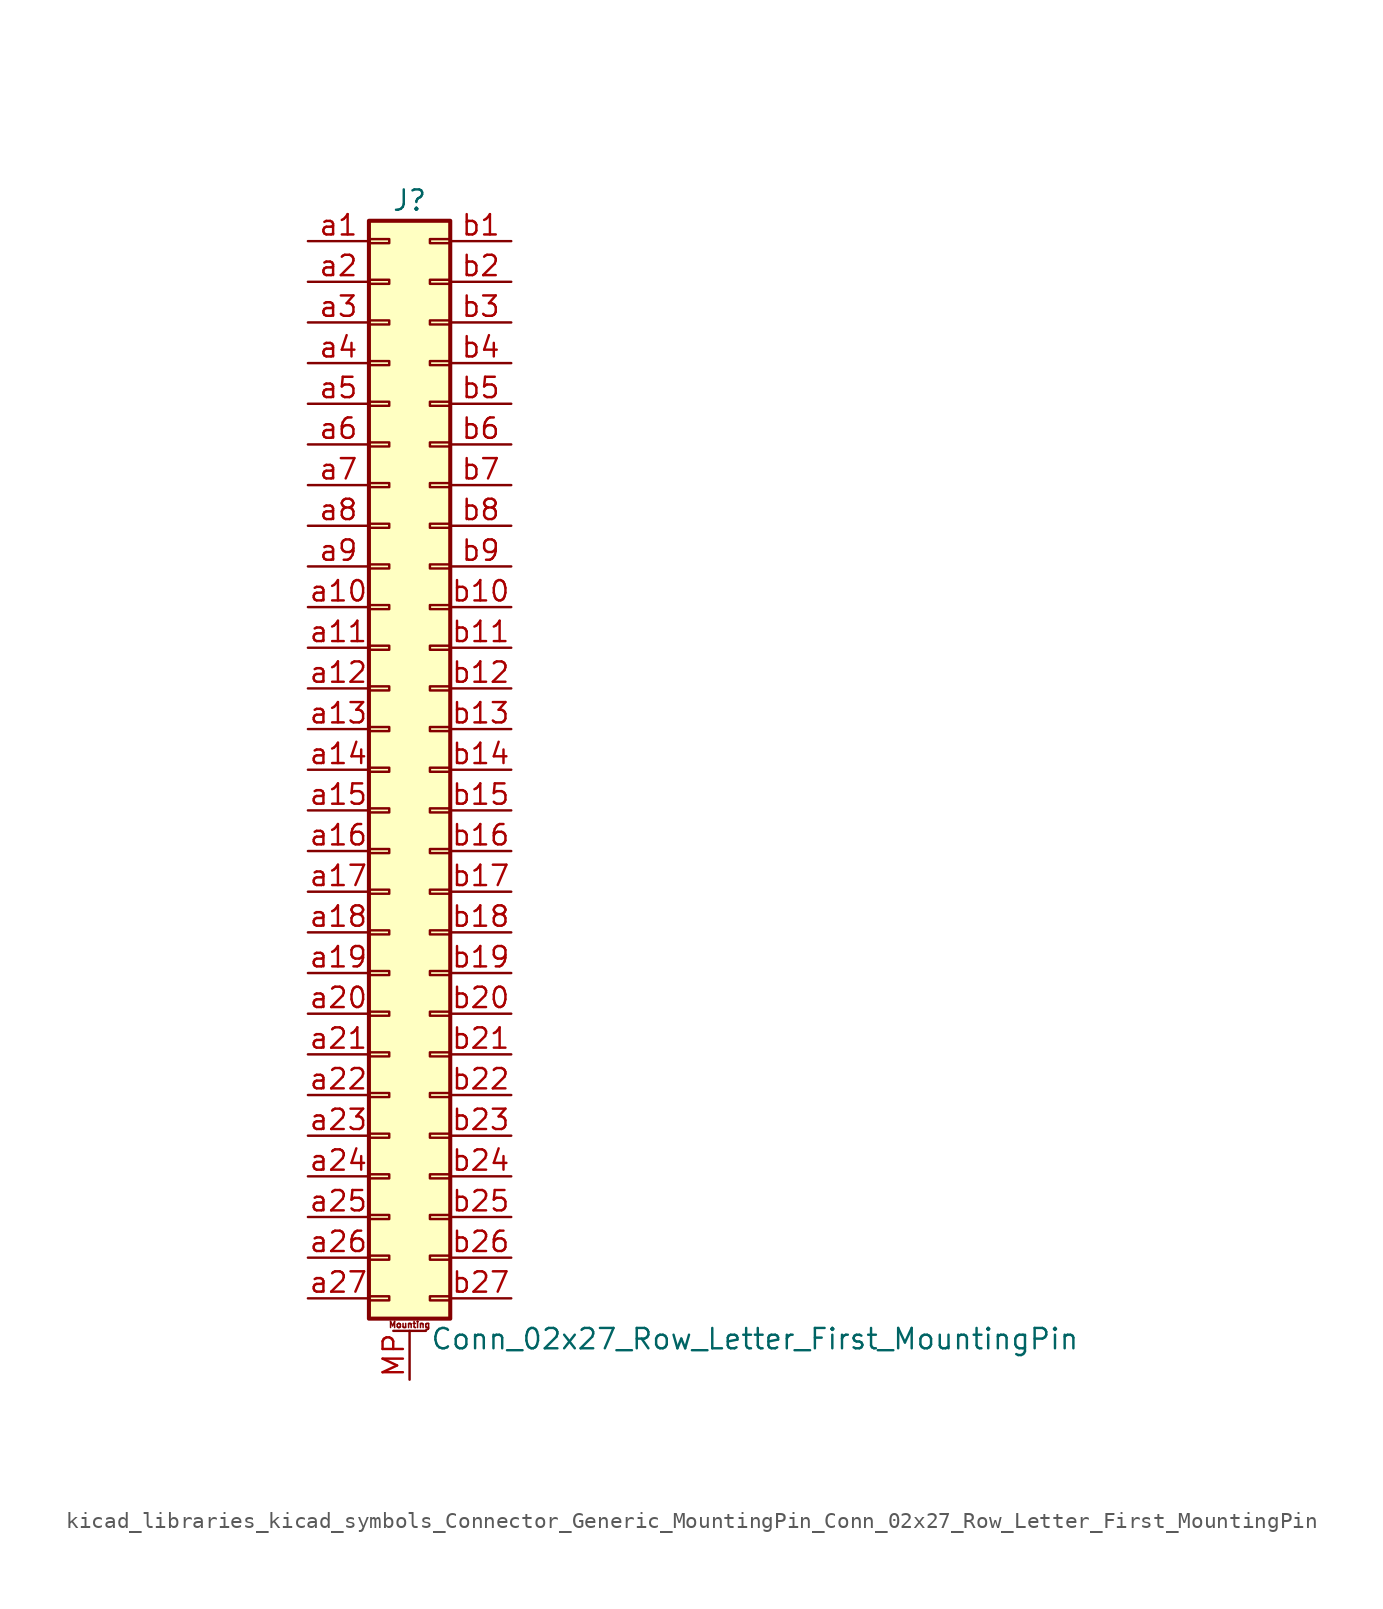
<source format=kicad_sym>
(kicad_symbol_lib
  (version 20220914)
  (generator kicad_symbol_editor)
  (symbol "kicad_libraries_kicad_symbols_Connector_Generic_MountingPin_Conn_02x27_Row_Letter_First_MountingPin"
    (pin_names
      (offset 1.016) hide)
    (property "Reference" "J"
      (at 1.27 35.56 0)
      (effects (font (size 1.27 1.27))))
    (property "Value" "Conn_02x27_Row_Letter_First_MountingPin"
      (at 2.54 -35.56 0)
      (effects (font (size 1.27 1.27)) (justify left)))
    (symbol "kicad_libraries_kicad_symbols_Connector_Generic_MountingPin_Conn_02x27_Row_Letter_First_MountingPin_1_1"
      (rectangle (start -1.27 -32.893) (end 0 -33.147) (stroke (width 0.152) (type default)) (fill (type none)))
      (rectangle (start -1.27 -30.353) (end 0 -30.607) (stroke (width 0.152) (type default)) (fill (type none)))
      (rectangle (start -1.27 -27.813) (end 0 -28.067) (stroke (width 0.152) (type default)) (fill (type none)))
      (rectangle (start -1.27 -25.273) (end 0 -25.527) (stroke (width 0.152) (type default)) (fill (type none)))
      (rectangle (start -1.27 -22.733) (end 0 -22.987) (stroke (width 0.152) (type default)) (fill (type none)))
      (rectangle (start -1.27 -20.193) (end 0 -20.447) (stroke (width 0.152) (type default)) (fill (type none)))
      (rectangle (start -1.27 -17.653) (end 0 -17.907) (stroke (width 0.152) (type default)) (fill (type none)))
      (rectangle (start -1.27 -15.113) (end 0 -15.367) (stroke (width 0.152) (type default)) (fill (type none)))
      (rectangle (start -1.27 -12.573) (end 0 -12.827) (stroke (width 0.152) (type default)) (fill (type none)))
      (rectangle (start -1.27 -10.033) (end 0 -10.287) (stroke (width 0.152) (type default)) (fill (type none)))
      (rectangle (start -1.27 -7.493) (end 0 -7.747) (stroke (width 0.152) (type default)) (fill (type none)))
      (rectangle (start -1.27 -4.953) (end 0 -5.207) (stroke (width 0.152) (type default)) (fill (type none)))
      (rectangle (start -1.27 -2.413) (end 0 -2.667) (stroke (width 0.152) (type default)) (fill (type none)))
      (rectangle (start -1.27 0.127) (end 0 -0.127) (stroke (width 0.152) (type default)) (fill (type none)))
      (rectangle (start -1.27 2.667) (end 0 2.413) (stroke (width 0.152) (type default)) (fill (type none)))
      (rectangle (start -1.27 5.207) (end 0 4.953) (stroke (width 0.152) (type default)) (fill (type none)))
      (rectangle (start -1.27 7.747) (end 0 7.493) (stroke (width 0.152) (type default)) (fill (type none)))
      (rectangle (start -1.27 10.287) (end 0 10.033) (stroke (width 0.152) (type default)) (fill (type none)))
      (rectangle (start -1.27 12.827) (end 0 12.573) (stroke (width 0.152) (type default)) (fill (type none)))
      (rectangle (start -1.27 15.367) (end 0 15.113) (stroke (width 0.152) (type default)) (fill (type none)))
      (rectangle (start -1.27 17.907) (end 0 17.653) (stroke (width 0.152) (type default)) (fill (type none)))
      (rectangle (start -1.27 20.447) (end 0 20.193) (stroke (width 0.152) (type default)) (fill (type none)))
      (rectangle (start -1.27 22.987) (end 0 22.733) (stroke (width 0.152) (type default)) (fill (type none)))
      (rectangle (start -1.27 25.527) (end 0 25.273) (stroke (width 0.152) (type default)) (fill (type none)))
      (rectangle (start -1.27 28.067) (end 0 27.813) (stroke (width 0.152) (type default)) (fill (type none)))
      (rectangle (start -1.27 30.607) (end 0 30.353) (stroke (width 0.152) (type default)) (fill (type none)))
      (rectangle (start -1.27 33.147) (end 0 32.893) (stroke (width 0.152) (type default)) (fill (type none)))
      (rectangle (start -1.27 34.29) (end 3.81 -34.29) (stroke (width 0.254) (type default)) (fill (type background)))
      (polyline (pts (xy 0.254 -35.052) (xy 2.286 -35.052)) (stroke (width 0.152) (type default)) (fill (type none)))
      (rectangle (start 3.81 -32.893) (end 2.54 -33.147) (stroke (width 0.152) (type default)) (fill (type none)))
      (rectangle (start 3.81 -30.353) (end 2.54 -30.607) (stroke (width 0.152) (type default)) (fill (type none)))
      (rectangle (start 3.81 -27.813) (end 2.54 -28.067) (stroke (width 0.152) (type default)) (fill (type none)))
      (rectangle (start 3.81 -25.273) (end 2.54 -25.527) (stroke (width 0.152) (type default)) (fill (type none)))
      (rectangle (start 3.81 -22.733) (end 2.54 -22.987) (stroke (width 0.152) (type default)) (fill (type none)))
      (rectangle (start 3.81 -20.193) (end 2.54 -20.447) (stroke (width 0.152) (type default)) (fill (type none)))
      (rectangle (start 3.81 -17.653) (end 2.54 -17.907) (stroke (width 0.152) (type default)) (fill (type none)))
      (rectangle (start 3.81 -15.113) (end 2.54 -15.367) (stroke (width 0.152) (type default)) (fill (type none)))
      (rectangle (start 3.81 -12.573) (end 2.54 -12.827) (stroke (width 0.152) (type default)) (fill (type none)))
      (rectangle (start 3.81 -10.033) (end 2.54 -10.287) (stroke (width 0.152) (type default)) (fill (type none)))
      (rectangle (start 3.81 -7.493) (end 2.54 -7.747) (stroke (width 0.152) (type default)) (fill (type none)))
      (rectangle (start 3.81 -4.953) (end 2.54 -5.207) (stroke (width 0.152) (type default)) (fill (type none)))
      (rectangle (start 3.81 -2.413) (end 2.54 -2.667) (stroke (width 0.152) (type default)) (fill (type none)))
      (rectangle (start 3.81 0.127) (end 2.54 -0.127) (stroke (width 0.152) (type default)) (fill (type none)))
      (rectangle (start 3.81 2.667) (end 2.54 2.413) (stroke (width 0.152) (type default)) (fill (type none)))
      (rectangle (start 3.81 5.207) (end 2.54 4.953) (stroke (width 0.152) (type default)) (fill (type none)))
      (rectangle (start 3.81 7.747) (end 2.54 7.493) (stroke (width 0.152) (type default)) (fill (type none)))
      (rectangle (start 3.81 10.287) (end 2.54 10.033) (stroke (width 0.152) (type default)) (fill (type none)))
      (rectangle (start 3.81 12.827) (end 2.54 12.573) (stroke (width 0.152) (type default)) (fill (type none)))
      (rectangle (start 3.81 15.367) (end 2.54 15.113) (stroke (width 0.152) (type default)) (fill (type none)))
      (rectangle (start 3.81 17.907) (end 2.54 17.653) (stroke (width 0.152) (type default)) (fill (type none)))
      (rectangle (start 3.81 20.447) (end 2.54 20.193) (stroke (width 0.152) (type default)) (fill (type none)))
      (rectangle (start 3.81 22.987) (end 2.54 22.733) (stroke (width 0.152) (type default)) (fill (type none)))
      (rectangle (start 3.81 25.527) (end 2.54 25.273) (stroke (width 0.152) (type default)) (fill (type none)))
      (rectangle (start 3.81 28.067) (end 2.54 27.813) (stroke (width 0.152) (type default)) (fill (type none)))
      (rectangle (start 3.81 30.607) (end 2.54 30.353) (stroke (width 0.152) (type default)) (fill (type none)))
      (rectangle (start 3.81 33.147) (end 2.54 32.893) (stroke (width 0.152) (type default)) (fill (type none)))
      (text "Mounting" (at 1.27 -34.671 0) (effects (font (size 0.381 0.381))))
      (pin passive line (at 1.27 -38.1 90) (length 3.048) (name "MountPin" (effects (font (size 1.27 1.27)))) (number "MP" (effects (font (size 1.27 1.27)))))
      (pin passive line (at -5.08 33.02 0) (length 3.81) (name "Pin_a1" (effects (font (size 1.27 1.27)))) (number "a1" (effects (font (size 1.27 1.27)))))
      (pin passive line (at -5.08 10.16 0) (length 3.81) (name "Pin_a10" (effects (font (size 1.27 1.27)))) (number "a10" (effects (font (size 1.27 1.27)))))
      (pin passive line (at -5.08 7.62 0) (length 3.81) (name "Pin_a11" (effects (font (size 1.27 1.27)))) (number "a11" (effects (font (size 1.27 1.27)))))
      (pin passive line (at -5.08 5.08 0) (length 3.81) (name "Pin_a12" (effects (font (size 1.27 1.27)))) (number "a12" (effects (font (size 1.27 1.27)))))
      (pin passive line (at -5.08 2.54 0) (length 3.81) (name "Pin_a13" (effects (font (size 1.27 1.27)))) (number "a13" (effects (font (size 1.27 1.27)))))
      (pin passive line (at -5.08 0 0) (length 3.81) (name "Pin_a14" (effects (font (size 1.27 1.27)))) (number "a14" (effects (font (size 1.27 1.27)))))
      (pin passive line (at -5.08 -2.54 0) (length 3.81) (name "Pin_a15" (effects (font (size 1.27 1.27)))) (number "a15" (effects (font (size 1.27 1.27)))))
      (pin passive line (at -5.08 -5.08 0) (length 3.81) (name "Pin_a16" (effects (font (size 1.27 1.27)))) (number "a16" (effects (font (size 1.27 1.27)))))
      (pin passive line (at -5.08 -7.62 0) (length 3.81) (name "Pin_a17" (effects (font (size 1.27 1.27)))) (number "a17" (effects (font (size 1.27 1.27)))))
      (pin passive line (at -5.08 -10.16 0) (length 3.81) (name "Pin_a18" (effects (font (size 1.27 1.27)))) (number "a18" (effects (font (size 1.27 1.27)))))
      (pin passive line (at -5.08 -12.7 0) (length 3.81) (name "Pin_a19" (effects (font (size 1.27 1.27)))) (number "a19" (effects (font (size 1.27 1.27)))))
      (pin passive line (at -5.08 30.48 0) (length 3.81) (name "Pin_a2" (effects (font (size 1.27 1.27)))) (number "a2" (effects (font (size 1.27 1.27)))))
      (pin passive line (at -5.08 -15.24 0) (length 3.81) (name "Pin_a20" (effects (font (size 1.27 1.27)))) (number "a20" (effects (font (size 1.27 1.27)))))
      (pin passive line (at -5.08 -17.78 0) (length 3.81) (name "Pin_a21" (effects (font (size 1.27 1.27)))) (number "a21" (effects (font (size 1.27 1.27)))))
      (pin passive line (at -5.08 -20.32 0) (length 3.81) (name "Pin_a22" (effects (font (size 1.27 1.27)))) (number "a22" (effects (font (size 1.27 1.27)))))
      (pin passive line (at -5.08 -22.86 0) (length 3.81) (name "Pin_a23" (effects (font (size 1.27 1.27)))) (number "a23" (effects (font (size 1.27 1.27)))))
      (pin passive line (at -5.08 -25.4 0) (length 3.81) (name "Pin_a24" (effects (font (size 1.27 1.27)))) (number "a24" (effects (font (size 1.27 1.27)))))
      (pin passive line (at -5.08 -27.94 0) (length 3.81) (name "Pin_a25" (effects (font (size 1.27 1.27)))) (number "a25" (effects (font (size 1.27 1.27)))))
      (pin passive line (at -5.08 -30.48 0) (length 3.81) (name "Pin_a26" (effects (font (size 1.27 1.27)))) (number "a26" (effects (font (size 1.27 1.27)))))
      (pin passive line (at -5.08 -33.02 0) (length 3.81) (name "Pin_a27" (effects (font (size 1.27 1.27)))) (number "a27" (effects (font (size 1.27 1.27)))))
      (pin passive line (at -5.08 27.94 0) (length 3.81) (name "Pin_a3" (effects (font (size 1.27 1.27)))) (number "a3" (effects (font (size 1.27 1.27)))))
      (pin passive line (at -5.08 25.4 0) (length 3.81) (name "Pin_a4" (effects (font (size 1.27 1.27)))) (number "a4" (effects (font (size 1.27 1.27)))))
      (pin passive line (at -5.08 22.86 0) (length 3.81) (name "Pin_a5" (effects (font (size 1.27 1.27)))) (number "a5" (effects (font (size 1.27 1.27)))))
      (pin passive line (at -5.08 20.32 0) (length 3.81) (name "Pin_a6" (effects (font (size 1.27 1.27)))) (number "a6" (effects (font (size 1.27 1.27)))))
      (pin passive line (at -5.08 17.78 0) (length 3.81) (name "Pin_a7" (effects (font (size 1.27 1.27)))) (number "a7" (effects (font (size 1.27 1.27)))))
      (pin passive line (at -5.08 15.24 0) (length 3.81) (name "Pin_a8" (effects (font (size 1.27 1.27)))) (number "a8" (effects (font (size 1.27 1.27)))))
      (pin passive line (at -5.08 12.7 0) (length 3.81) (name "Pin_a9" (effects (font (size 1.27 1.27)))) (number "a9" (effects (font (size 1.27 1.27)))))
      (pin passive line (at 7.62 33.02 180) (length 3.81) (name "Pin_b1" (effects (font (size 1.27 1.27)))) (number "b1" (effects (font (size 1.27 1.27)))))
      (pin passive line (at 7.62 10.16 180) (length 3.81) (name "Pin_b10" (effects (font (size 1.27 1.27)))) (number "b10" (effects (font (size 1.27 1.27)))))
      (pin passive line (at 7.62 7.62 180) (length 3.81) (name "Pin_b11" (effects (font (size 1.27 1.27)))) (number "b11" (effects (font (size 1.27 1.27)))))
      (pin passive line (at 7.62 5.08 180) (length 3.81) (name "Pin_b12" (effects (font (size 1.27 1.27)))) (number "b12" (effects (font (size 1.27 1.27)))))
      (pin passive line (at 7.62 2.54 180) (length 3.81) (name "Pin_b13" (effects (font (size 1.27 1.27)))) (number "b13" (effects (font (size 1.27 1.27)))))
      (pin passive line (at 7.62 0 180) (length 3.81) (name "Pin_b14" (effects (font (size 1.27 1.27)))) (number "b14" (effects (font (size 1.27 1.27)))))
      (pin passive line (at 7.62 -2.54 180) (length 3.81) (name "Pin_b15" (effects (font (size 1.27 1.27)))) (number "b15" (effects (font (size 1.27 1.27)))))
      (pin passive line (at 7.62 -5.08 180) (length 3.81) (name "Pin_b16" (effects (font (size 1.27 1.27)))) (number "b16" (effects (font (size 1.27 1.27)))))
      (pin passive line (at 7.62 -7.62 180) (length 3.81) (name "Pin_b17" (effects (font (size 1.27 1.27)))) (number "b17" (effects (font (size 1.27 1.27)))))
      (pin passive line (at 7.62 -10.16 180) (length 3.81) (name "Pin_b18" (effects (font (size 1.27 1.27)))) (number "b18" (effects (font (size 1.27 1.27)))))
      (pin passive line (at 7.62 -12.7 180) (length 3.81) (name "Pin_b19" (effects (font (size 1.27 1.27)))) (number "b19" (effects (font (size 1.27 1.27)))))
      (pin passive line (at 7.62 30.48 180) (length 3.81) (name "Pin_b2" (effects (font (size 1.27 1.27)))) (number "b2" (effects (font (size 1.27 1.27)))))
      (pin passive line (at 7.62 -15.24 180) (length 3.81) (name "Pin_b20" (effects (font (size 1.27 1.27)))) (number "b20" (effects (font (size 1.27 1.27)))))
      (pin passive line (at 7.62 -17.78 180) (length 3.81) (name "Pin_b21" (effects (font (size 1.27 1.27)))) (number "b21" (effects (font (size 1.27 1.27)))))
      (pin passive line (at 7.62 -20.32 180) (length 3.81) (name "Pin_b22" (effects (font (size 1.27 1.27)))) (number "b22" (effects (font (size 1.27 1.27)))))
      (pin passive line (at 7.62 -22.86 180) (length 3.81) (name "Pin_b23" (effects (font (size 1.27 1.27)))) (number "b23" (effects (font (size 1.27 1.27)))))
      (pin passive line (at 7.62 -25.4 180) (length 3.81) (name "Pin_b24" (effects (font (size 1.27 1.27)))) (number "b24" (effects (font (size 1.27 1.27)))))
      (pin passive line (at 7.62 -27.94 180) (length 3.81) (name "Pin_b25" (effects (font (size 1.27 1.27)))) (number "b25" (effects (font (size 1.27 1.27)))))
      (pin passive line (at 7.62 -30.48 180) (length 3.81) (name "Pin_b26" (effects (font (size 1.27 1.27)))) (number "b26" (effects (font (size 1.27 1.27)))))
      (pin passive line (at 7.62 -33.02 180) (length 3.81) (name "Pin_b27" (effects (font (size 1.27 1.27)))) (number "b27" (effects (font (size 1.27 1.27)))))
      (pin passive line (at 7.62 27.94 180) (length 3.81) (name "Pin_b3" (effects (font (size 1.27 1.27)))) (number "b3" (effects (font (size 1.27 1.27)))))
      (pin passive line (at 7.62 25.4 180) (length 3.81) (name "Pin_b4" (effects (font (size 1.27 1.27)))) (number "b4" (effects (font (size 1.27 1.27)))))
      (pin passive line (at 7.62 22.86 180) (length 3.81) (name "Pin_b5" (effects (font (size 1.27 1.27)))) (number "b5" (effects (font (size 1.27 1.27)))))
      (pin passive line (at 7.62 20.32 180) (length 3.81) (name "Pin_b6" (effects (font (size 1.27 1.27)))) (number "b6" (effects (font (size 1.27 1.27)))))
      (pin passive line (at 7.62 17.78 180) (length 3.81) (name "Pin_b7" (effects (font (size 1.27 1.27)))) (number "b7" (effects (font (size 1.27 1.27)))))
      (pin passive line (at 7.62 15.24 180) (length 3.81) (name "Pin_b8" (effects (font (size 1.27 1.27)))) (number "b8" (effects (font (size 1.27 1.27)))))
      (pin passive line (at 7.62 12.7 180) (length 3.81) (name "Pin_b9" (effects (font (size 1.27 1.27)))) (number "b9" (effects (font (size 1.27 1.27))))))))
</source>
